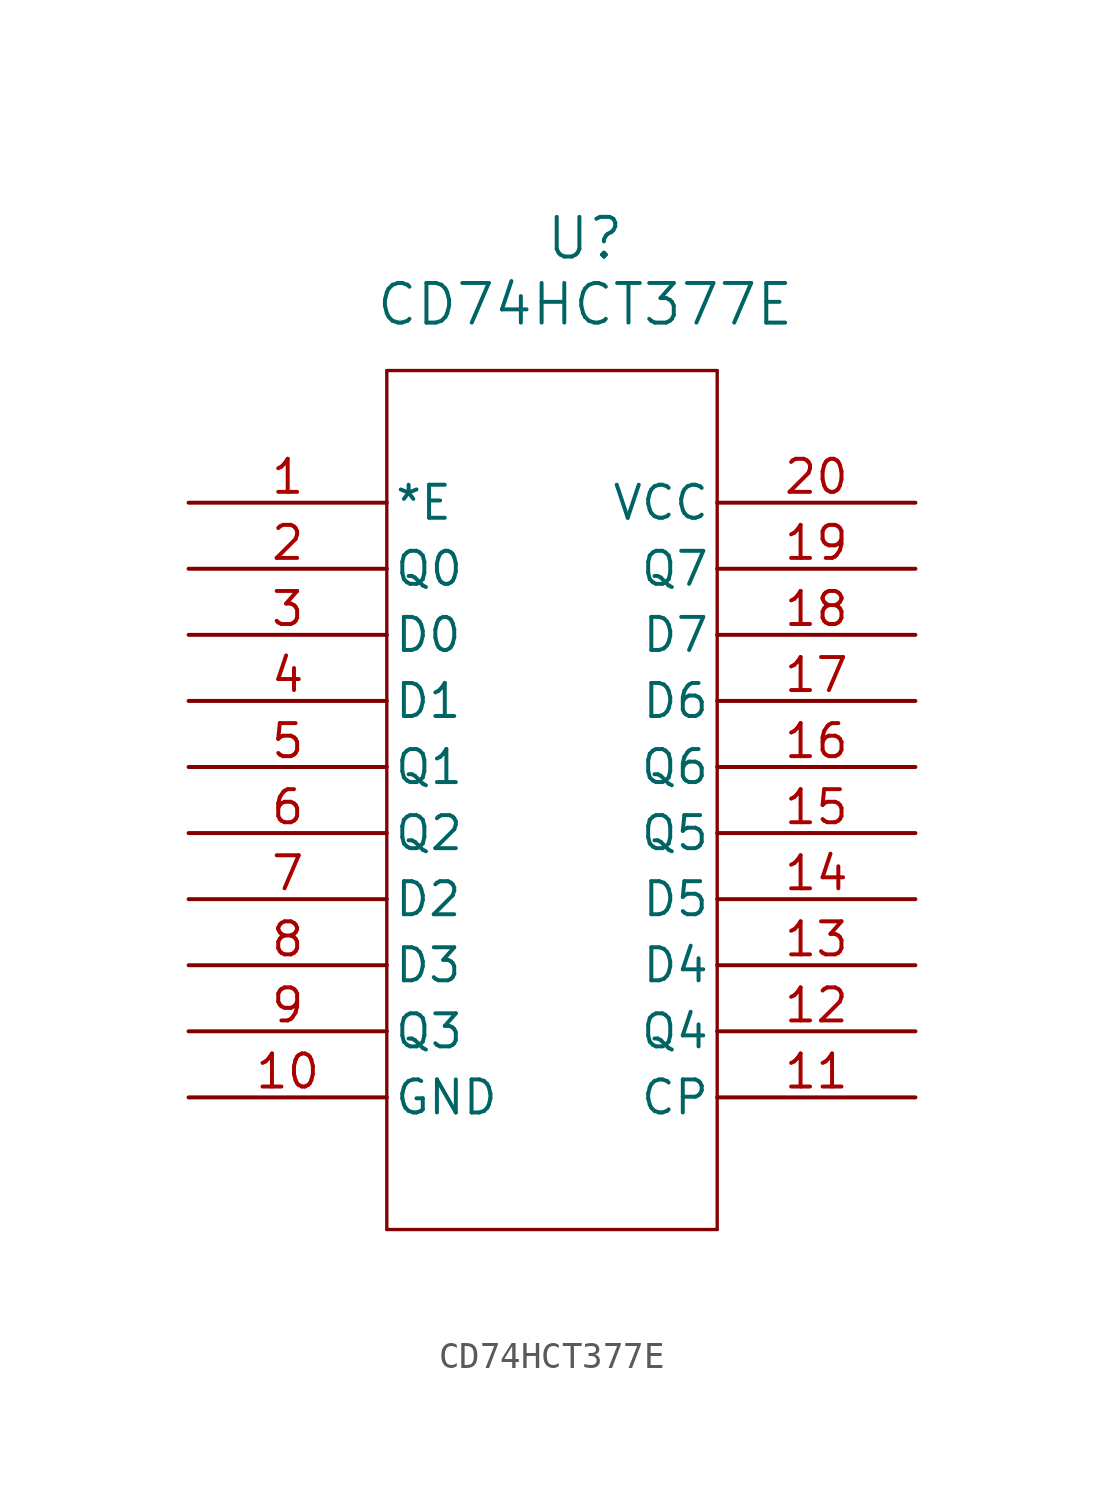
<source format=kicad_sym>
(kicad_symbol_lib
  (version 20231120)
  (generator "kicad_symbol_editor")
  (generator_version "8.0")
  (symbol "CD74HCT377E"
    (pin_names
      (offset 0.254))
    (property "Reference" "U"
      (at 27.94 10.16 0)
      (effects (font (size 1.524 1.524))))
    (property "Value" "CD74HCT377E"
      (at 27.94 7.62 0)
      (effects (font (size 1.524 1.524))))
    (property "ki_locked" ""
      (at 0 0 0)
      (effects (font (size 1.27 1.27))))
    (symbol "CD74HCT377E_0_1"
      (polyline (pts (xy 20.32 -27.94) (xy 33.02 -27.94)) (stroke (width 0.127) (type default)) (fill (type none)))
      (polyline (pts (xy 20.32 5.08) (xy 20.32 -27.94)) (stroke (width 0.127) (type default)) (fill (type none)))
      (polyline (pts (xy 33.02 -27.94) (xy 33.02 5.08)) (stroke (width 0.127) (type default)) (fill (type none)))
      (polyline (pts (xy 33.02 5.08) (xy 20.32 5.08)) (stroke (width 0.127) (type default)) (fill (type none)))
      (pin input line (at 12.7 0 0) (length 7.62) (name "*E" (effects (font (size 1.27 1.27)))) (number "1" (effects (font (size 1.27 1.27)))))
      (pin power_in line (at 12.7 -22.86 0) (length 7.62) (name "GND" (effects (font (size 1.27 1.27)))) (number "10" (effects (font (size 1.27 1.27)))))
      (pin input line (at 40.64 -22.86 180) (length 7.62) (name "CP" (effects (font (size 1.27 1.27)))) (number "11" (effects (font (size 1.27 1.27)))))
      (pin output line (at 40.64 -20.32 180) (length 7.62) (name "Q4" (effects (font (size 1.27 1.27)))) (number "12" (effects (font (size 1.27 1.27)))))
      (pin input line (at 40.64 -17.78 180) (length 7.62) (name "D4" (effects (font (size 1.27 1.27)))) (number "13" (effects (font (size 1.27 1.27)))))
      (pin input line (at 40.64 -15.24 180) (length 7.62) (name "D5" (effects (font (size 1.27 1.27)))) (number "14" (effects (font (size 1.27 1.27)))))
      (pin output line (at 40.64 -12.7 180) (length 7.62) (name "Q5" (effects (font (size 1.27 1.27)))) (number "15" (effects (font (size 1.27 1.27)))))
      (pin output line (at 40.64 -10.16 180) (length 7.62) (name "Q6" (effects (font (size 1.27 1.27)))) (number "16" (effects (font (size 1.27 1.27)))))
      (pin input line (at 40.64 -7.62 180) (length 7.62) (name "D6" (effects (font (size 1.27 1.27)))) (number "17" (effects (font (size 1.27 1.27)))))
      (pin input line (at 40.64 -5.08 180) (length 7.62) (name "D7" (effects (font (size 1.27 1.27)))) (number "18" (effects (font (size 1.27 1.27)))))
      (pin output line (at 40.64 -2.54 180) (length 7.62) (name "Q7" (effects (font (size 1.27 1.27)))) (number "19" (effects (font (size 1.27 1.27)))))
      (pin output line (at 12.7 -2.54 0) (length 7.62) (name "Q0" (effects (font (size 1.27 1.27)))) (number "2" (effects (font (size 1.27 1.27)))))
      (pin power_in line (at 40.64 0 180) (length 7.62) (name "VCC" (effects (font (size 1.27 1.27)))) (number "20" (effects (font (size 1.27 1.27)))))
      (pin input line (at 12.7 -5.08 0) (length 7.62) (name "D0" (effects (font (size 1.27 1.27)))) (number "3" (effects (font (size 1.27 1.27)))))
      (pin input line (at 12.7 -7.62 0) (length 7.62) (name "D1" (effects (font (size 1.27 1.27)))) (number "4" (effects (font (size 1.27 1.27)))))
      (pin output line (at 12.7 -10.16 0) (length 7.62) (name "Q1" (effects (font (size 1.27 1.27)))) (number "5" (effects (font (size 1.27 1.27)))))
      (pin output line (at 12.7 -12.7 0) (length 7.62) (name "Q2" (effects (font (size 1.27 1.27)))) (number "6" (effects (font (size 1.27 1.27)))))
      (pin input line (at 12.7 -15.24 0) (length 7.62) (name "D2" (effects (font (size 1.27 1.27)))) (number "7" (effects (font (size 1.27 1.27)))))
      (pin input line (at 12.7 -17.78 0) (length 7.62) (name "D3" (effects (font (size 1.27 1.27)))) (number "8" (effects (font (size 1.27 1.27)))))
      (pin output line (at 12.7 -20.32 0) (length 7.62) (name "Q3" (effects (font (size 1.27 1.27)))) (number "9" (effects (font (size 1.27 1.27))))))))
</source>
